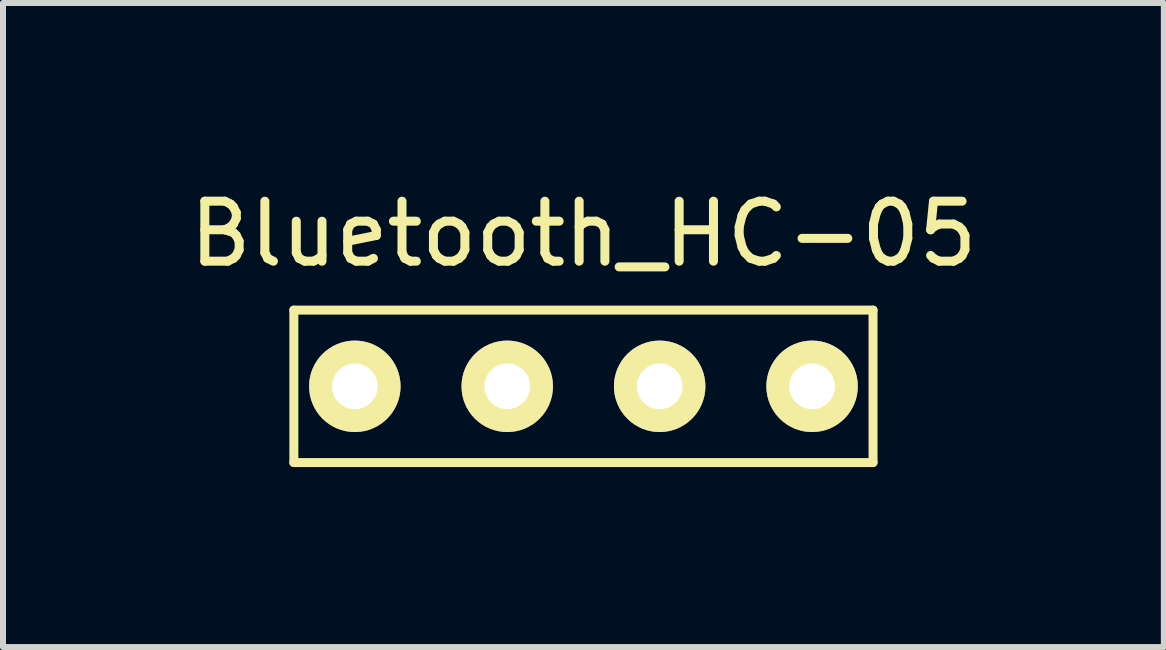
<source format=kicad_pcb>
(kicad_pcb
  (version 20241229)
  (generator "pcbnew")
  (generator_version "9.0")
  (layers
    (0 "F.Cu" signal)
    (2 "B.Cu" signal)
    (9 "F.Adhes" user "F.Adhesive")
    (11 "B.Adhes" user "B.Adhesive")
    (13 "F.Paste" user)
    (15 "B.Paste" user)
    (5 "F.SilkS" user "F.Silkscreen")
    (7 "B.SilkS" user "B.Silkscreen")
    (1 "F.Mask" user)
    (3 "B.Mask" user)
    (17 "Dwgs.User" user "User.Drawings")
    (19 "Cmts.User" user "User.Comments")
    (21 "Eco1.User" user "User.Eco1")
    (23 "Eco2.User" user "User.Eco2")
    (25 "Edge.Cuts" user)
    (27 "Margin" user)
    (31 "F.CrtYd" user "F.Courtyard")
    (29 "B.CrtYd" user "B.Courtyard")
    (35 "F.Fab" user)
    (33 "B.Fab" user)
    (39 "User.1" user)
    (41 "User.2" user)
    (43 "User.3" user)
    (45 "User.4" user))
  (footprint "Bluetooth_HC-05"
    (layer "F.Cu")
    (at 7.943 3.388)
    (property "Reference" "Bluetooth_HC-05" (at -1.27 -2.54 0) (layer "F.SilkS") (effects (font (size 1 1) (thickness 0.15))))
    (attr through_hole)
    (fp_line (start -6.096 -1.27) (end -6.096 1.27) (stroke (width 0.15) (type solid)) (layer "F.SilkS"))
    (fp_line (start -6.096 1.27) (end 3.556 1.27) (stroke (width 0.15) (type solid)) (layer "F.SilkS"))
    (fp_line (start 3.556 -1.27) (end -6.096 -1.27) (stroke (width 0.15) (type solid)) (layer "F.SilkS"))
    (fp_line (start 3.556 1.27) (end 3.556 -1.27) (stroke (width 0.15) (type solid)) (layer "F.SilkS"))
    (pad "2" thru_hole circle (at -5.08 0) (size 1.524 1.524) (drill 0.762) (layers "*.Cu" "*.Mask" "F.SilkS"))
    (pad "3" thru_hole circle (at -2.54 0) (size 1.524 1.524) (drill 0.762) (layers "*.Cu" "*.Mask" "F.SilkS"))
    (pad "4" thru_hole circle (at 0 0) (size 1.524 1.524) (drill 0.762) (layers "*.Cu" "*.Mask" "F.SilkS"))
    (pad "5" thru_hole circle (at 2.54 0) (size 1.524 1.524) (drill 0.762) (layers "*.Cu" "*.Mask" "F.SilkS")))
  (gr_rect
    (start -3 -3)
    (end 16.345 7.733)
    (stroke (width 0.1) (type default))
    (fill no)
    (layer "Edge.Cuts")))
</source>
